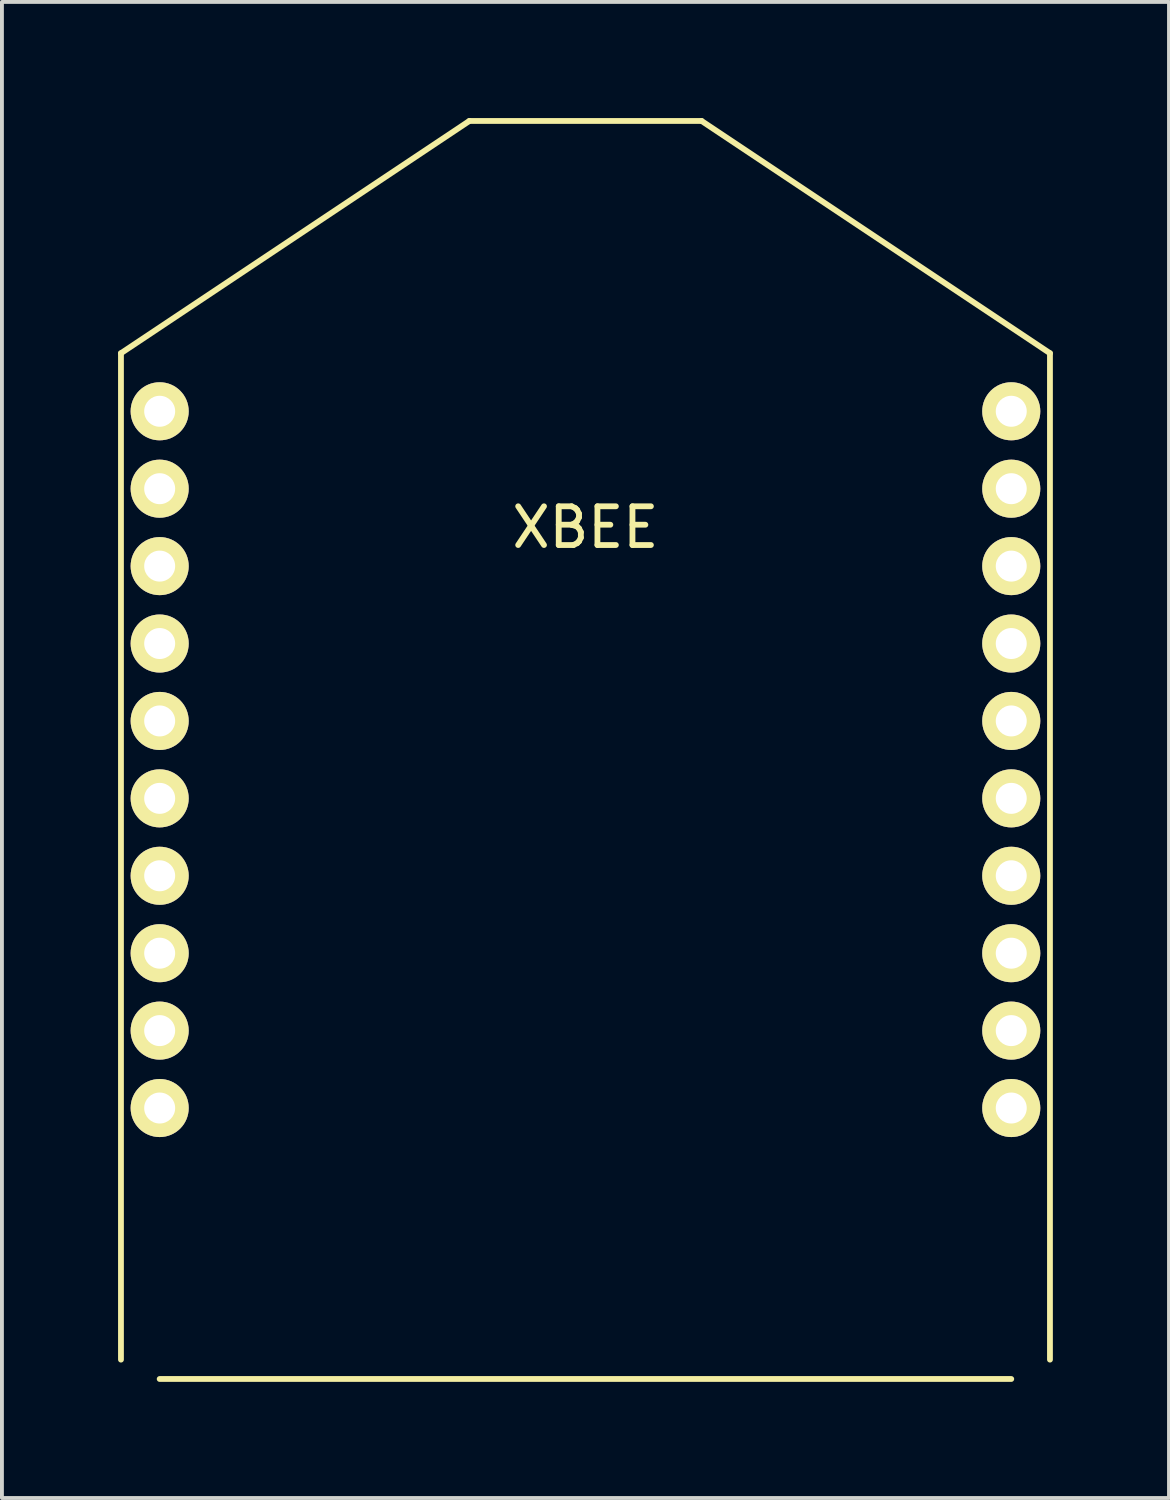
<source format=kicad_pcb>
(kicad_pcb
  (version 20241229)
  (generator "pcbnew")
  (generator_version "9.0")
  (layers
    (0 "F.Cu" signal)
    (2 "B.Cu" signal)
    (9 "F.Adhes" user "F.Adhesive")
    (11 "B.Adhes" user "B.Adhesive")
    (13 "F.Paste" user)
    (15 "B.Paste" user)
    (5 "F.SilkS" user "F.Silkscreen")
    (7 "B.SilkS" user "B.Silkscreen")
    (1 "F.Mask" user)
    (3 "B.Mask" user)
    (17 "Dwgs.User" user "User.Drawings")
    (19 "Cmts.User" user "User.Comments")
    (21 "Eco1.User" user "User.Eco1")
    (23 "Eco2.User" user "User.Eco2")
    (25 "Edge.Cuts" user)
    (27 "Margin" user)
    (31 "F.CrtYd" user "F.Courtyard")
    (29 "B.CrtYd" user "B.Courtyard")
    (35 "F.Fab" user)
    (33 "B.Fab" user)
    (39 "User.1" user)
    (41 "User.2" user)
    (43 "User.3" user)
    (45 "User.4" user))
  (footprint "XBEE"
    (layer "F.Cu")
    (at 12.075 19.075)
    (property "Reference" "XBEE" (at 0 -8.5 0) (layer "F.SilkS") (effects (font (size 1 1) (thickness 0.15))))
    (attr through_hole)
    (fp_line (start -12 -13) (end -12 13) (stroke (width 0.15) (type solid)) (layer "F.SilkS"))
    (fp_line (start -12 -13) (end -3 -19) (stroke (width 0.15) (type solid)) (layer "F.SilkS"))
    (fp_line (start -11 13.5) (end 11 13.5) (stroke (width 0.15) (type solid)) (layer "F.SilkS"))
    (fp_line (start -3 -19) (end 3 -19) (stroke (width 0.15) (type solid)) (layer "F.SilkS"))
    (fp_line (start 3 -19) (end 12 -13) (stroke (width 0.15) (type solid)) (layer "F.SilkS"))
    (fp_line (start 12 -13) (end 12 13) (stroke (width 0.15) (type solid)) (layer "F.SilkS"))
    (pad "1" thru_hole circle (at -11 -11.5) (size 1.5 1.5) (drill 0.8) (layers "*.Cu" "*.Mask" "F.SilkS"))
    (pad "2" thru_hole circle (at -11 -9.5) (size 1.5 1.5) (drill 0.8) (layers "*.Cu" "*.Mask" "F.SilkS"))
    (pad "3" thru_hole circle (at -11 -7.5) (size 1.5 1.5) (drill 0.8) (layers "*.Cu" "*.Mask" "F.SilkS"))
    (pad "4" thru_hole circle (at -11 -5.5) (size 1.5 1.5) (drill 0.8) (layers "*.Cu" "*.Mask" "F.SilkS"))
    (pad "5" thru_hole circle (at -11 -3.5) (size 1.5 1.5) (drill 0.8) (layers "*.Cu" "*.Mask" "F.SilkS"))
    (pad "6" thru_hole circle (at -11 -1.5) (size 1.5 1.5) (drill 0.8) (layers "*.Cu" "*.Mask" "F.SilkS"))
    (pad "7" thru_hole circle (at -11 0.5) (size 1.5 1.5) (drill 0.8) (layers "*.Cu" "*.Mask" "F.SilkS"))
    (pad "8" thru_hole circle (at -11 2.5) (size 1.5 1.5) (drill 0.8) (layers "*.Cu" "*.Mask" "F.SilkS"))
    (pad "9" thru_hole circle (at -11 4.5) (size 1.5 1.5) (drill 0.8) (layers "*.Cu" "*.Mask" "F.SilkS"))
    (pad "10" thru_hole circle (at -11 6.5) (size 1.5 1.5) (drill 0.8) (layers "*.Cu" "*.Mask" "F.SilkS"))
    (pad "11" thru_hole circle (at 11 6.5) (size 1.5 1.5) (drill 0.8) (layers "*.Cu" "*.Mask" "F.SilkS"))
    (pad "12" thru_hole circle (at 11 4.5) (size 1.5 1.5) (drill 0.8) (layers "*.Cu" "*.Mask" "F.SilkS"))
    (pad "13" thru_hole circle (at 11 2.5) (size 1.5 1.5) (drill 0.8) (layers "*.Cu" "*.Mask" "F.SilkS"))
    (pad "14" thru_hole circle (at 11 0.5) (size 1.5 1.5) (drill 0.8) (layers "*.Cu" "*.Mask" "F.SilkS"))
    (pad "15" thru_hole circle (at 11 -1.5) (size 1.5 1.5) (drill 0.8) (layers "*.Cu" "*.Mask" "F.SilkS"))
    (pad "16" thru_hole circle (at 11 -3.5) (size 1.5 1.5) (drill 0.8) (layers "*.Cu" "*.Mask" "F.SilkS"))
    (pad "17" thru_hole circle (at 11 -5.5) (size 1.5 1.5) (drill 0.8) (layers "*.Cu" "*.Mask" "F.SilkS"))
    (pad "18" thru_hole circle (at 11 -7.5) (size 1.5 1.5) (drill 0.8) (layers "*.Cu" "*.Mask" "F.SilkS"))
    (pad "19" thru_hole circle (at 11 -9.5) (size 1.5 1.5) (drill 0.8) (layers "*.Cu" "*.Mask" "F.SilkS"))
    (pad "20" thru_hole circle (at 11 -11.5) (size 1.5 1.5) (drill 0.8) (layers "*.Cu" "*.Mask" "F.SilkS")))
  (gr_rect
    (start -3 -3)
    (end 27.15 35.65)
    (stroke (width 0.1) (type default))
    (fill no)
    (layer "Edge.Cuts")))
</source>
